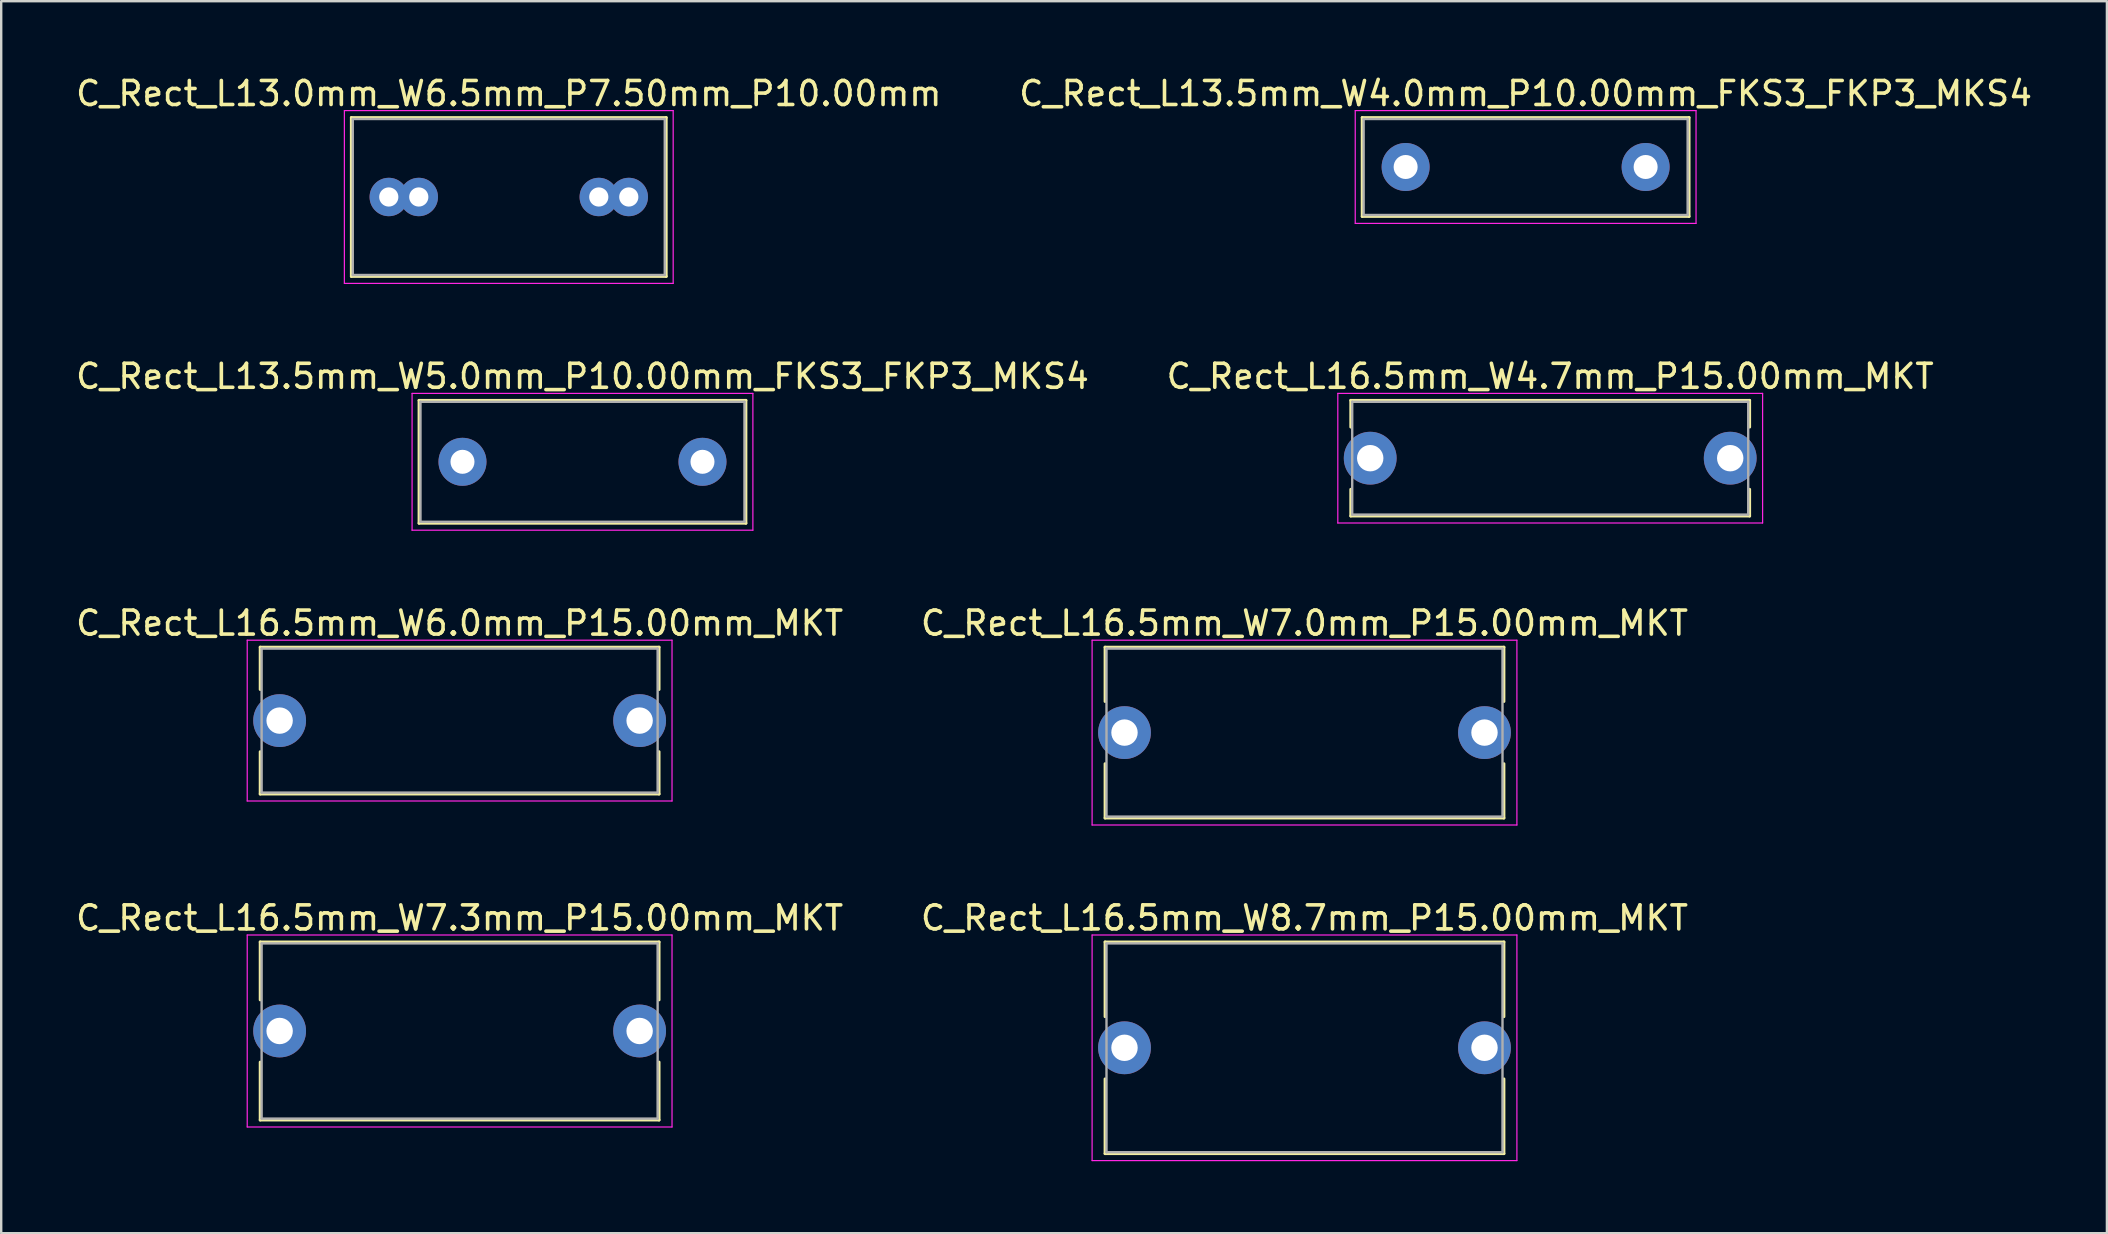
<source format=kicad_pcb>
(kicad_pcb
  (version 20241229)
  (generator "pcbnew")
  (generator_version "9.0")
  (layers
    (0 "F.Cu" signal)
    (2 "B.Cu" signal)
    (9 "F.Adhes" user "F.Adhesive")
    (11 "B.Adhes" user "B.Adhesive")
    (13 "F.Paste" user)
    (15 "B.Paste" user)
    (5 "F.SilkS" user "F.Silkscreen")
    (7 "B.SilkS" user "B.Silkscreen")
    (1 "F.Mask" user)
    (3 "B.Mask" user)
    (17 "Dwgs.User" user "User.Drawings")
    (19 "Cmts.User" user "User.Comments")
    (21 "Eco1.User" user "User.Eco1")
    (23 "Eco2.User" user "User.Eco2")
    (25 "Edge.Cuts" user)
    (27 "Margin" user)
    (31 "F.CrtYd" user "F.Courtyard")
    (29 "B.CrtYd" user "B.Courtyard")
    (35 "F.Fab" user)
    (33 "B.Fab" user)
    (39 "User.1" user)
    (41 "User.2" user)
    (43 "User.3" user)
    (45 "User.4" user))
  (footprint "C_Rect_L13.0mm_W6.5mm_P7.50mm_P10.00mm"
    (layer "F.Cu")
    (at 13.149 5.158)
    (property "Reference" "C_Rect_L13.0mm_W6.5mm_P7.50mm_P10.00mm" (at 5 -4.31 0) (layer "F.SilkS") (effects (font (size 1 1) (thickness 0.15))))
    (attr through_hole)
    (fp_line (start -1.56 -3.31) (end -1.56 3.31) (stroke (width 0.12) (type solid)) (layer "F.SilkS"))
    (fp_line (start -1.56 -3.31) (end 11.56 -3.31) (stroke (width 0.12) (type solid)) (layer "F.SilkS"))
    (fp_line (start -1.56 3.31) (end 11.56 3.31) (stroke (width 0.12) (type solid)) (layer "F.SilkS"))
    (fp_line (start 11.56 -3.31) (end 11.56 3.31) (stroke (width 0.12) (type solid)) (layer "F.SilkS"))
    (fp_line (start -1.85 -3.6) (end -1.85 3.6) (stroke (width 0.05) (type solid)) (layer "F.CrtYd"))
    (fp_line (start -1.85 3.6) (end 11.85 3.6) (stroke (width 0.05) (type solid)) (layer "F.CrtYd"))
    (fp_line (start 11.85 -3.6) (end -1.85 -3.6) (stroke (width 0.05) (type solid)) (layer "F.CrtYd"))
    (fp_line (start 11.85 3.6) (end 11.85 -3.6) (stroke (width 0.05) (type solid)) (layer "F.CrtYd"))
    (fp_line (start -1.5 -3.25) (end -1.5 3.25) (stroke (width 0.1) (type solid)) (layer "F.Fab"))
    (fp_line (start -1.5 3.25) (end 11.5 3.25) (stroke (width 0.1) (type solid)) (layer "F.Fab"))
    (fp_line (start 11.5 -3.25) (end -1.5 -3.25) (stroke (width 0.1) (type solid)) (layer "F.Fab"))
    (fp_line (start 11.5 3.25) (end 11.5 -3.25) (stroke (width 0.1) (type solid)) (layer "F.Fab"))
    (pad "1" thru_hole circle (at 0 0) (size 1.6 1.6) (drill 0.8) (layers "*.Cu" "*.Mask"))
    (pad "1" thru_hole circle (at 1.25 0) (size 1.6 1.6) (drill 0.8) (layers "*.Cu" "*.Mask"))
    (pad "2" thru_hole circle (at 8.75 0) (size 1.6 1.6) (drill 0.8) (layers "*.Cu" "*.Mask"))
    (pad "2" thru_hole circle (at 10 0) (size 1.6 1.6) (drill 0.8) (layers "*.Cu" "*.Mask")))
  (footprint "C_Rect_L16.5mm_W6.0mm_P15.00mm_MKT"
    (layer "F.Cu")
    (at 8.601 26.975)
    (property "Reference" "C_Rect_L16.5mm_W6.0mm_P15.00mm_MKT" (at 7.5 -4.06 0) (layer "F.SilkS") (effects (font (size 1 1) (thickness 0.15))))
    (attr through_hole)
    (fp_line (start -0.81 -3.06) (end -0.81 -1.296) (stroke (width 0.12) (type solid)) (layer "F.SilkS"))
    (fp_line (start -0.81 -3.06) (end 15.81 -3.06) (stroke (width 0.12) (type solid)) (layer "F.SilkS"))
    (fp_line (start -0.81 1.296) (end -0.81 3.06) (stroke (width 0.12) (type solid)) (layer "F.SilkS"))
    (fp_line (start -0.81 3.06) (end 15.81 3.06) (stroke (width 0.12) (type solid)) (layer "F.SilkS"))
    (fp_line (start 15.81 -3.06) (end 15.81 -1.296) (stroke (width 0.12) (type solid)) (layer "F.SilkS"))
    (fp_line (start 15.81 1.296) (end 15.81 3.06) (stroke (width 0.12) (type solid)) (layer "F.SilkS"))
    (fp_line (start -1.35 -3.35) (end -1.35 3.35) (stroke (width 0.05) (type solid)) (layer "F.CrtYd"))
    (fp_line (start -1.35 3.35) (end 16.35 3.35) (stroke (width 0.05) (type solid)) (layer "F.CrtYd"))
    (fp_line (start 16.35 -3.35) (end -1.35 -3.35) (stroke (width 0.05) (type solid)) (layer "F.CrtYd"))
    (fp_line (start 16.35 3.35) (end 16.35 -3.35) (stroke (width 0.05) (type solid)) (layer "F.CrtYd"))
    (fp_line (start -0.75 -3) (end -0.75 3) (stroke (width 0.1) (type solid)) (layer "F.Fab"))
    (fp_line (start -0.75 3) (end 15.75 3) (stroke (width 0.1) (type solid)) (layer "F.Fab"))
    (fp_line (start 15.75 -3) (end -0.75 -3) (stroke (width 0.1) (type solid)) (layer "F.Fab"))
    (fp_line (start 15.75 3) (end 15.75 -3) (stroke (width 0.1) (type solid)) (layer "F.Fab"))
    (pad "1" thru_hole circle (at 0 0) (size 2.2 2.2) (drill 1.1) (layers "*.Cu" "*.Mask"))
    (pad "2" thru_hole circle (at 15 0) (size 2.2 2.2) (drill 1.1) (layers "*.Cu" "*.Mask")))
  (footprint "C_Rect_L16.5mm_W8.7mm_P15.00mm_MKT"
    (layer "F.Cu")
    (at 43.804 40.608)
    (property "Reference" "C_Rect_L16.5mm_W8.7mm_P15.00mm_MKT" (at 7.5 -5.41 0) (layer "F.SilkS") (effects (font (size 1 1) (thickness 0.15))))
    (attr through_hole)
    (fp_line (start -0.81 -4.41) (end -0.81 -1.296) (stroke (width 0.12) (type solid)) (layer "F.SilkS"))
    (fp_line (start -0.81 -4.41) (end 15.81 -4.41) (stroke (width 0.12) (type solid)) (layer "F.SilkS"))
    (fp_line (start -0.81 1.296) (end -0.81 4.41) (stroke (width 0.12) (type solid)) (layer "F.SilkS"))
    (fp_line (start -0.81 4.41) (end 15.81 4.41) (stroke (width 0.12) (type solid)) (layer "F.SilkS"))
    (fp_line (start 15.81 -4.41) (end 15.81 -1.296) (stroke (width 0.12) (type solid)) (layer "F.SilkS"))
    (fp_line (start 15.81 1.296) (end 15.81 4.41) (stroke (width 0.12) (type solid)) (layer "F.SilkS"))
    (fp_line (start -1.35 -4.7) (end -1.35 4.7) (stroke (width 0.05) (type solid)) (layer "F.CrtYd"))
    (fp_line (start -1.35 4.7) (end 16.35 4.7) (stroke (width 0.05) (type solid)) (layer "F.CrtYd"))
    (fp_line (start 16.35 -4.7) (end -1.35 -4.7) (stroke (width 0.05) (type solid)) (layer "F.CrtYd"))
    (fp_line (start 16.35 4.7) (end 16.35 -4.7) (stroke (width 0.05) (type solid)) (layer "F.CrtYd"))
    (fp_line (start -0.75 -4.35) (end -0.75 4.35) (stroke (width 0.1) (type solid)) (layer "F.Fab"))
    (fp_line (start -0.75 4.35) (end 15.75 4.35) (stroke (width 0.1) (type solid)) (layer "F.Fab"))
    (fp_line (start 15.75 -4.35) (end -0.75 -4.35) (stroke (width 0.1) (type solid)) (layer "F.Fab"))
    (fp_line (start 15.75 4.35) (end 15.75 -4.35) (stroke (width 0.1) (type solid)) (layer "F.Fab"))
    (pad "1" thru_hole circle (at 0 0) (size 2.2 2.2) (drill 1.1) (layers "*.Cu" "*.Mask"))
    (pad "2" thru_hole circle (at 15 0) (size 2.2 2.2) (drill 1.1) (layers "*.Cu" "*.Mask")))
  (footprint "C_Rect_L13.5mm_W5.0mm_P10.00mm_FKS3_FKP3_MKS4"
    (layer "F.Cu")
    (at 16.22 16.192)
    (property "Reference" "C_Rect_L13.5mm_W5.0mm_P10.00mm_FKS3_FKP3_MKS4" (at 5 -3.56 0) (layer "F.SilkS") (effects (font (size 1 1) (thickness 0.15))))
    (attr through_hole)
    (fp_line (start -1.81 -2.56) (end -1.81 2.56) (stroke (width 0.12) (type solid)) (layer "F.SilkS"))
    (fp_line (start -1.81 -2.56) (end 11.81 -2.56) (stroke (width 0.12) (type solid)) (layer "F.SilkS"))
    (fp_line (start -1.81 2.56) (end 11.81 2.56) (stroke (width 0.12) (type solid)) (layer "F.SilkS"))
    (fp_line (start 11.81 -2.56) (end 11.81 2.56) (stroke (width 0.12) (type solid)) (layer "F.SilkS"))
    (fp_line (start -2.1 -2.85) (end -2.1 2.85) (stroke (width 0.05) (type solid)) (layer "F.CrtYd"))
    (fp_line (start -2.1 2.85) (end 12.1 2.85) (stroke (width 0.05) (type solid)) (layer "F.CrtYd"))
    (fp_line (start 12.1 -2.85) (end -2.1 -2.85) (stroke (width 0.05) (type solid)) (layer "F.CrtYd"))
    (fp_line (start 12.1 2.85) (end 12.1 -2.85) (stroke (width 0.05) (type solid)) (layer "F.CrtYd"))
    (fp_line (start -1.75 -2.5) (end -1.75 2.5) (stroke (width 0.1) (type solid)) (layer "F.Fab"))
    (fp_line (start -1.75 2.5) (end 11.75 2.5) (stroke (width 0.1) (type solid)) (layer "F.Fab"))
    (fp_line (start 11.75 -2.5) (end -1.75 -2.5) (stroke (width 0.1) (type solid)) (layer "F.Fab"))
    (fp_line (start 11.75 2.5) (end 11.75 -2.5) (stroke (width 0.1) (type solid)) (layer "F.Fab"))
    (pad "1" thru_hole circle (at 0 0) (size 2 2) (drill 1) (layers "*.Cu" "*.Mask"))
    (pad "2" thru_hole circle (at 10 0) (size 2 2) (drill 1) (layers "*.Cu" "*.Mask")))
  (footprint "C_Rect_L16.5mm_W7.0mm_P15.00mm_MKT"
    (layer "F.Cu")
    (at 43.804 27.475)
    (property "Reference" "C_Rect_L16.5mm_W7.0mm_P15.00mm_MKT" (at 7.5 -4.56 0) (layer "F.SilkS") (effects (font (size 1 1) (thickness 0.15))))
    (attr through_hole)
    (fp_line (start -0.81 -3.56) (end -0.81 -1.296) (stroke (width 0.12) (type solid)) (layer "F.SilkS"))
    (fp_line (start -0.81 -3.56) (end 15.81 -3.56) (stroke (width 0.12) (type solid)) (layer "F.SilkS"))
    (fp_line (start -0.81 1.296) (end -0.81 3.56) (stroke (width 0.12) (type solid)) (layer "F.SilkS"))
    (fp_line (start -0.81 3.56) (end 15.81 3.56) (stroke (width 0.12) (type solid)) (layer "F.SilkS"))
    (fp_line (start 15.81 -3.56) (end 15.81 -1.296) (stroke (width 0.12) (type solid)) (layer "F.SilkS"))
    (fp_line (start 15.81 1.296) (end 15.81 3.56) (stroke (width 0.12) (type solid)) (layer "F.SilkS"))
    (fp_line (start -1.35 -3.85) (end -1.35 3.85) (stroke (width 0.05) (type solid)) (layer "F.CrtYd"))
    (fp_line (start -1.35 3.85) (end 16.35 3.85) (stroke (width 0.05) (type solid)) (layer "F.CrtYd"))
    (fp_line (start 16.35 -3.85) (end -1.35 -3.85) (stroke (width 0.05) (type solid)) (layer "F.CrtYd"))
    (fp_line (start 16.35 3.85) (end 16.35 -3.85) (stroke (width 0.05) (type solid)) (layer "F.CrtYd"))
    (fp_line (start -0.75 -3.5) (end -0.75 3.5) (stroke (width 0.1) (type solid)) (layer "F.Fab"))
    (fp_line (start -0.75 3.5) (end 15.75 3.5) (stroke (width 0.1) (type solid)) (layer "F.Fab"))
    (fp_line (start 15.75 -3.5) (end -0.75 -3.5) (stroke (width 0.1) (type solid)) (layer "F.Fab"))
    (fp_line (start 15.75 3.5) (end 15.75 -3.5) (stroke (width 0.1) (type solid)) (layer "F.Fab"))
    (pad "1" thru_hole circle (at 0 0) (size 2.2 2.2) (drill 1.1) (layers "*.Cu" "*.Mask"))
    (pad "2" thru_hole circle (at 15 0) (size 2.2 2.2) (drill 1.1) (layers "*.Cu" "*.Mask")))
  (footprint "C_Rect_L16.5mm_W7.3mm_P15.00mm_MKT"
    (layer "F.Cu")
    (at 8.601 39.908)
    (property "Reference" "C_Rect_L16.5mm_W7.3mm_P15.00mm_MKT" (at 7.5 -4.71 0) (layer "F.SilkS") (effects (font (size 1 1) (thickness 0.15))))
    (attr through_hole)
    (fp_line (start -0.81 -3.71) (end -0.81 -1.296) (stroke (width 0.12) (type solid)) (layer "F.SilkS"))
    (fp_line (start -0.81 -3.71) (end 15.81 -3.71) (stroke (width 0.12) (type solid)) (layer "F.SilkS"))
    (fp_line (start -0.81 1.296) (end -0.81 3.71) (stroke (width 0.12) (type solid)) (layer "F.SilkS"))
    (fp_line (start -0.81 3.71) (end 15.81 3.71) (stroke (width 0.12) (type solid)) (layer "F.SilkS"))
    (fp_line (start 15.81 -3.71) (end 15.81 -1.296) (stroke (width 0.12) (type solid)) (layer "F.SilkS"))
    (fp_line (start 15.81 1.296) (end 15.81 3.71) (stroke (width 0.12) (type solid)) (layer "F.SilkS"))
    (fp_line (start -1.35 -4) (end -1.35 4) (stroke (width 0.05) (type solid)) (layer "F.CrtYd"))
    (fp_line (start -1.35 4) (end 16.35 4) (stroke (width 0.05) (type solid)) (layer "F.CrtYd"))
    (fp_line (start 16.35 -4) (end -1.35 -4) (stroke (width 0.05) (type solid)) (layer "F.CrtYd"))
    (fp_line (start 16.35 4) (end 16.35 -4) (stroke (width 0.05) (type solid)) (layer "F.CrtYd"))
    (fp_line (start -0.75 -3.65) (end -0.75 3.65) (stroke (width 0.1) (type solid)) (layer "F.Fab"))
    (fp_line (start -0.75 3.65) (end 15.75 3.65) (stroke (width 0.1) (type solid)) (layer "F.Fab"))
    (fp_line (start 15.75 -3.65) (end -0.75 -3.65) (stroke (width 0.1) (type solid)) (layer "F.Fab"))
    (fp_line (start 15.75 3.65) (end 15.75 -3.65) (stroke (width 0.1) (type solid)) (layer "F.Fab"))
    (pad "1" thru_hole circle (at 0 0) (size 2.2 2.2) (drill 1.1) (layers "*.Cu" "*.Mask"))
    (pad "2" thru_hole circle (at 15 0) (size 2.2 2.2) (drill 1.1) (layers "*.Cu" "*.Mask")))
  (footprint "C_Rect_L13.5mm_W4.0mm_P10.00mm_FKS3_FKP3_MKS4"
    (layer "F.Cu")
    (at 55.518 3.908)
    (property "Reference" "C_Rect_L13.5mm_W4.0mm_P10.00mm_FKS3_FKP3_MKS4" (at 5 -3.06 0) (layer "F.SilkS") (effects (font (size 1 1) (thickness 0.15))))
    (attr through_hole)
    (fp_line (start -1.81 -2.06) (end -1.81 2.06) (stroke (width 0.12) (type solid)) (layer "F.SilkS"))
    (fp_line (start -1.81 -2.06) (end 11.81 -2.06) (stroke (width 0.12) (type solid)) (layer "F.SilkS"))
    (fp_line (start -1.81 2.06) (end 11.81 2.06) (stroke (width 0.12) (type solid)) (layer "F.SilkS"))
    (fp_line (start 11.81 -2.06) (end 11.81 2.06) (stroke (width 0.12) (type solid)) (layer "F.SilkS"))
    (fp_line (start -2.1 -2.35) (end -2.1 2.35) (stroke (width 0.05) (type solid)) (layer "F.CrtYd"))
    (fp_line (start -2.1 2.35) (end 12.1 2.35) (stroke (width 0.05) (type solid)) (layer "F.CrtYd"))
    (fp_line (start 12.1 -2.35) (end -2.1 -2.35) (stroke (width 0.05) (type solid)) (layer "F.CrtYd"))
    (fp_line (start 12.1 2.35) (end 12.1 -2.35) (stroke (width 0.05) (type solid)) (layer "F.CrtYd"))
    (fp_line (start -1.75 -2) (end -1.75 2) (stroke (width 0.1) (type solid)) (layer "F.Fab"))
    (fp_line (start -1.75 2) (end 11.75 2) (stroke (width 0.1) (type solid)) (layer "F.Fab"))
    (fp_line (start 11.75 -2) (end -1.75 -2) (stroke (width 0.1) (type solid)) (layer "F.Fab"))
    (fp_line (start 11.75 2) (end 11.75 -2) (stroke (width 0.1) (type solid)) (layer "F.Fab"))
    (pad "1" thru_hole circle (at 0 0) (size 2 2) (drill 1) (layers "*.Cu" "*.Mask"))
    (pad "2" thru_hole circle (at 10 0) (size 2 2) (drill 1) (layers "*.Cu" "*.Mask")))
  (footprint "C_Rect_L16.5mm_W4.7mm_P15.00mm_MKT"
    (layer "F.Cu")
    (at 54.042 16.041)
    (property "Reference" "C_Rect_L16.5mm_W4.7mm_P15.00mm_MKT" (at 7.5 -3.41 0) (layer "F.SilkS") (effects (font (size 1 1) (thickness 0.15))))
    (attr through_hole)
    (fp_line (start -0.81 -2.41) (end -0.81 -1.296) (stroke (width 0.12) (type solid)) (layer "F.SilkS"))
    (fp_line (start -0.81 -2.41) (end 15.81 -2.41) (stroke (width 0.12) (type solid)) (layer "F.SilkS"))
    (fp_line (start -0.81 1.296) (end -0.81 2.41) (stroke (width 0.12) (type solid)) (layer "F.SilkS"))
    (fp_line (start -0.81 2.41) (end 15.81 2.41) (stroke (width 0.12) (type solid)) (layer "F.SilkS"))
    (fp_line (start 15.81 -2.41) (end 15.81 -1.296) (stroke (width 0.12) (type solid)) (layer "F.SilkS"))
    (fp_line (start 15.81 1.296) (end 15.81 2.41) (stroke (width 0.12) (type solid)) (layer "F.SilkS"))
    (fp_line (start -1.35 -2.7) (end -1.35 2.7) (stroke (width 0.05) (type solid)) (layer "F.CrtYd"))
    (fp_line (start -1.35 2.7) (end 16.35 2.7) (stroke (width 0.05) (type solid)) (layer "F.CrtYd"))
    (fp_line (start 16.35 -2.7) (end -1.35 -2.7) (stroke (width 0.05) (type solid)) (layer "F.CrtYd"))
    (fp_line (start 16.35 2.7) (end 16.35 -2.7) (stroke (width 0.05) (type solid)) (layer "F.CrtYd"))
    (fp_line (start -0.75 -2.35) (end -0.75 2.35) (stroke (width 0.1) (type solid)) (layer "F.Fab"))
    (fp_line (start -0.75 2.35) (end 15.75 2.35) (stroke (width 0.1) (type solid)) (layer "F.Fab"))
    (fp_line (start 15.75 -2.35) (end -0.75 -2.35) (stroke (width 0.1) (type solid)) (layer "F.Fab"))
    (fp_line (start 15.75 2.35) (end 15.75 -2.35) (stroke (width 0.1) (type solid)) (layer "F.Fab"))
    (pad "1" thru_hole circle (at 0 0) (size 2.2 2.2) (drill 1.1) (layers "*.Cu" "*.Mask"))
    (pad "2" thru_hole circle (at 15 0) (size 2.2 2.2) (drill 1.1) (layers "*.Cu" "*.Mask")))
  (gr_rect
    (start -3 -3)
    (end 84.738 48.333)
    (stroke (width 0.1) (type default))
    (fill no)
    (layer "Edge.Cuts")))
</source>
